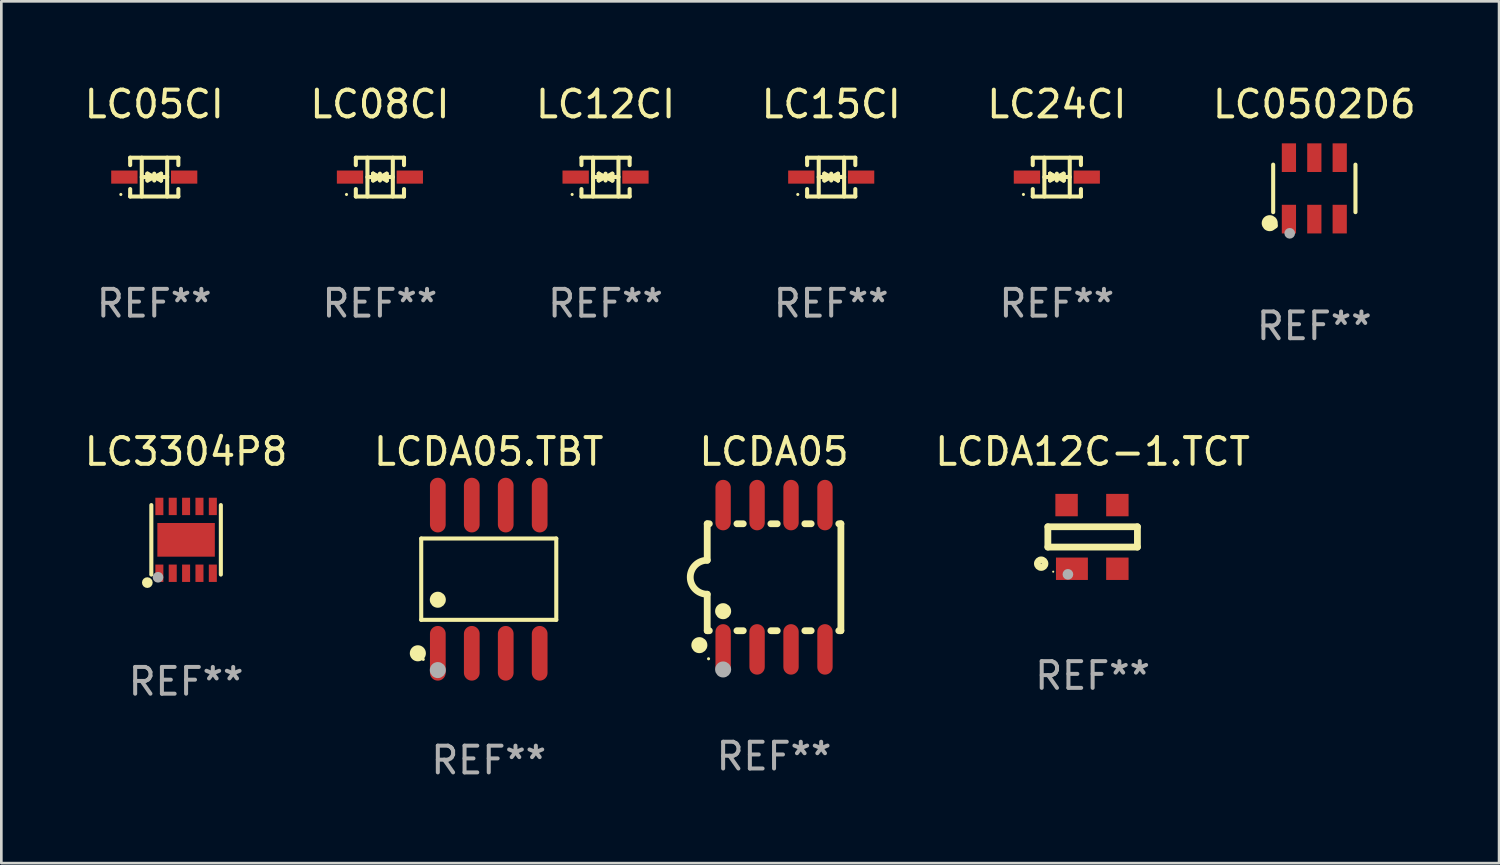
<source format=kicad_pcb>
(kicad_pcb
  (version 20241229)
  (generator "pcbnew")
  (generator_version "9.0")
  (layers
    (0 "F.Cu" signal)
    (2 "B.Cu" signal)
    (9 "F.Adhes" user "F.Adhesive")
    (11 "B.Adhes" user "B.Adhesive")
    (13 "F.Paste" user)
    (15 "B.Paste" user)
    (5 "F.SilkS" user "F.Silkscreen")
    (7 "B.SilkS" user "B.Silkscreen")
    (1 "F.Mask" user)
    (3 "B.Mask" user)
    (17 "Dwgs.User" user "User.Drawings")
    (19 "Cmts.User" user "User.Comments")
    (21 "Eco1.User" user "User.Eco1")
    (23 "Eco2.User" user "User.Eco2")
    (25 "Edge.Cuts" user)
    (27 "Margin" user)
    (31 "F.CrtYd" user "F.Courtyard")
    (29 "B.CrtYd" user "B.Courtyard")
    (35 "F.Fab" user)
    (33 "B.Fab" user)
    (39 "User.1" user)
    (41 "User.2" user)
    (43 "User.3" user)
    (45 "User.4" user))
  (footprint "LCDA05.TBT"
    (layer "F.Cu")
    (at 15.232 18.615)
    (property "Reference" "LCDA05.TBT" (at 0 -4.772 0) (layer "F.SilkS") (effects (font (size 1 1) (thickness 0.15))))
    (attr through_hole)
    (fp_line (start -2.526 -1.521) (end 2.526 -1.521) (stroke (width 0.152) (type solid)) (layer "F.SilkS"))
    (fp_line (start -2.526 1.521) (end -2.526 -1.521) (stroke (width 0.152) (type solid)) (layer "F.SilkS"))
    (fp_line (start 2.526 -1.521) (end 2.526 1.521) (stroke (width 0.152) (type solid)) (layer "F.SilkS"))
    (fp_line (start 2.526 1.521) (end -2.526 1.521) (stroke (width 0.152) (type solid)) (layer "F.SilkS"))
    (fp_circle (center -2.652 2.772) (end -2.501 2.772) (stroke (width 0.3) (type solid)) (fill no) (layer "F.SilkS"))
    (fp_circle (center -2.45 3) (end -2.42 3) (stroke (width 0.06) (type solid)) (fill no) (layer "F.SilkS"))
    (fp_circle (center -1.905 0.769) (end -1.755 0.769) (stroke (width 0.3) (type solid)) (fill no) (layer "F.SilkS"))
    (fp_circle (center -1.905 3.4) (end -1.755 3.4) (stroke (width 0.3) (type solid)) (fill no) (layer "F.Fab"))
    (fp_text user "REF**" (at 0 6.772 0) (layer "F.Fab") (effects (font (size 1 1) (thickness 0.15))))
    (pad "1" smd oval (at -1.905 2.772) (size 0.588 2.045) (layers "F.Cu" "F.Mask" "F.Paste"))
    (pad "2" smd oval (at -0.635 2.772) (size 0.588 2.045) (layers "F.Cu" "F.Mask" "F.Paste"))
    (pad "3" smd oval (at 0.635 2.772) (size 0.588 2.045) (layers "F.Cu" "F.Mask" "F.Paste"))
    (pad "4" smd oval (at 1.905 2.772) (size 0.588 2.045) (layers "F.Cu" "F.Mask" "F.Paste"))
    (pad "5" smd oval (at 1.905 -2.772) (size 0.588 2.045) (layers "F.Cu" "F.Mask" "F.Paste"))
    (pad "6" smd oval (at 0.635 -2.772) (size 0.588 2.045) (layers "F.Cu" "F.Mask" "F.Paste"))
    (pad "7" smd oval (at -0.635 -2.772) (size 0.588 2.045) (layers "F.Cu" "F.Mask" "F.Paste"))
    (pad "8" smd oval (at -1.905 -2.772) (size 0.588 2.045) (layers "F.Cu" "F.Mask" "F.Paste")))
  (footprint "LC24CI"
    (layer "F.Cu")
    (at 36.482 3.574)
    (property "Reference" "LC24CI" (at 0 -2.726 0) (layer "F.SilkS") (effects (font (size 1 1) (thickness 0.15))))
    (attr through_hole)
    (fp_line (start -0.901 -0.726) (end -0.901 -0.448) (stroke (width 0.152) (type solid)) (layer "F.SilkS"))
    (fp_line (start -0.901 0.726) (end -0.901 0.448) (stroke (width 0.152) (type solid)) (layer "F.SilkS"))
    (fp_line (start -0.467 0) (end 0.483 -0.003) (stroke (width 0.154) (type solid)) (layer "F.SilkS"))
    (fp_line (start -0.467 0.726) (end -0.467 -0.726) (stroke (width 0.152) (type solid)) (layer "F.SilkS"))
    (fp_line (start -0.254 -0.127) (end -0.254 -0.127) (stroke (width 0.154) (type solid)) (layer "F.SilkS"))
    (fp_line (start -0.254 -0.127) (end -0.002 -0.003) (stroke (width 0.154) (type solid)) (layer "F.SilkS"))
    (fp_line (start -0.254 0.127) (end -0.254 -0.127) (stroke (width 0.154) (type solid)) (layer "F.SilkS"))
    (fp_line (start -0.127 0) (end 0.003 0) (stroke (width 0.154) (type solid)) (layer "F.SilkS"))
    (fp_line (start -0.003 0) (end -0.254 0.127) (stroke (width 0.154) (type solid)) (layer "F.SilkS"))
    (fp_line (start 0 -0.127) (end 0 0.127) (stroke (width 0.154) (type solid)) (layer "F.SilkS"))
    (fp_line (start 0.003 0) (end 0.254 -0.127) (stroke (width 0.154) (type solid)) (layer "F.SilkS"))
    (fp_line (start 0.127 0) (end -0.003 0) (stroke (width 0.154) (type solid)) (layer "F.SilkS"))
    (fp_line (start 0.254 -0.127) (end 0.254 0.127) (stroke (width 0.154) (type solid)) (layer "F.SilkS"))
    (fp_line (start 0.254 0.127) (end 0.002 0.003) (stroke (width 0.154) (type solid)) (layer "F.SilkS"))
    (fp_line (start 0.254 0.127) (end 0.254 0.127) (stroke (width 0.154) (type solid)) (layer "F.SilkS"))
    (fp_line (start 0.483 0.726) (end 0.483 -0.726) (stroke (width 0.152) (type solid)) (layer "F.SilkS"))
    (fp_line (start 0.901 -0.726) (end -0.901 -0.726) (stroke (width 0.152) (type solid)) (layer "F.SilkS"))
    (fp_line (start 0.901 -0.726) (end 0.901 -0.448) (stroke (width 0.152) (type solid)) (layer "F.SilkS"))
    (fp_line (start 0.901 0.726) (end -0.901 0.726) (stroke (width 0.152) (type solid)) (layer "F.SilkS"))
    (fp_line (start 0.901 0.726) (end 0.901 0.448) (stroke (width 0.152) (type solid)) (layer "F.SilkS"))
    (fp_circle (center -1.25 0.65) (end -1.22 0.65) (stroke (width 0.06) (type solid)) (fill no) (layer "F.SilkS"))
    (fp_text user "REF**" (at 0 4.726 0) (layer "F.Fab") (effects (font (size 1 1) (thickness 0.15))))
    (pad "1" smd rect (at -1.118 0) (size 0.985 0.49) (layers "F.Cu" "F.Mask" "F.Paste"))
    (pad "2" smd rect (at 1.118 0) (size 0.985 0.49) (layers "F.Cu" "F.Mask" "F.Paste")))
  (footprint "LC05CI"
    (layer "F.Cu")
    (at 2.72 3.574)
    (property "Reference" "LC05CI" (at 0 -2.726 0) (layer "F.SilkS") (effects (font (size 1 1) (thickness 0.15))))
    (attr through_hole)
    (fp_line (start -0.901 -0.726) (end -0.901 -0.448) (stroke (width 0.152) (type solid)) (layer "F.SilkS"))
    (fp_line (start -0.901 0.726) (end -0.901 0.448) (stroke (width 0.152) (type solid)) (layer "F.SilkS"))
    (fp_line (start -0.467 0) (end 0.483 -0.003) (stroke (width 0.154) (type solid)) (layer "F.SilkS"))
    (fp_line (start -0.467 0.726) (end -0.467 -0.726) (stroke (width 0.152) (type solid)) (layer "F.SilkS"))
    (fp_line (start -0.254 -0.127) (end -0.254 -0.127) (stroke (width 0.154) (type solid)) (layer "F.SilkS"))
    (fp_line (start -0.254 -0.127) (end -0.002 -0.003) (stroke (width 0.154) (type solid)) (layer "F.SilkS"))
    (fp_line (start -0.254 0.127) (end -0.254 -0.127) (stroke (width 0.154) (type solid)) (layer "F.SilkS"))
    (fp_line (start -0.127 0) (end 0.003 0) (stroke (width 0.154) (type solid)) (layer "F.SilkS"))
    (fp_line (start -0.003 0) (end -0.254 0.127) (stroke (width 0.154) (type solid)) (layer "F.SilkS"))
    (fp_line (start 0 -0.127) (end 0 0.127) (stroke (width 0.154) (type solid)) (layer "F.SilkS"))
    (fp_line (start 0.003 0) (end 0.254 -0.127) (stroke (width 0.154) (type solid)) (layer "F.SilkS"))
    (fp_line (start 0.127 0) (end -0.003 0) (stroke (width 0.154) (type solid)) (layer "F.SilkS"))
    (fp_line (start 0.254 -0.127) (end 0.254 0.127) (stroke (width 0.154) (type solid)) (layer "F.SilkS"))
    (fp_line (start 0.254 0.127) (end 0.002 0.003) (stroke (width 0.154) (type solid)) (layer "F.SilkS"))
    (fp_line (start 0.254 0.127) (end 0.254 0.127) (stroke (width 0.154) (type solid)) (layer "F.SilkS"))
    (fp_line (start 0.483 0.726) (end 0.483 -0.726) (stroke (width 0.152) (type solid)) (layer "F.SilkS"))
    (fp_line (start 0.901 -0.726) (end -0.901 -0.726) (stroke (width 0.152) (type solid)) (layer "F.SilkS"))
    (fp_line (start 0.901 -0.726) (end 0.901 -0.448) (stroke (width 0.152) (type solid)) (layer "F.SilkS"))
    (fp_line (start 0.901 0.726) (end -0.901 0.726) (stroke (width 0.152) (type solid)) (layer "F.SilkS"))
    (fp_line (start 0.901 0.726) (end 0.901 0.448) (stroke (width 0.152) (type solid)) (layer "F.SilkS"))
    (fp_circle (center -1.25 0.65) (end -1.22 0.65) (stroke (width 0.06) (type solid)) (fill no) (layer "F.SilkS"))
    (fp_text user "REF**" (at 0 4.726 0) (layer "F.Fab") (effects (font (size 1 1) (thickness 0.15))))
    (pad "1" smd rect (at -1.118 0) (size 0.985 0.49) (layers "F.Cu" "F.Mask" "F.Paste"))
    (pad "2" smd rect (at 1.118 0) (size 0.985 0.49) (layers "F.Cu" "F.Mask" "F.Paste")))
  (footprint "LC15CI"
    (layer "F.Cu")
    (at 28.042 3.574)
    (property "Reference" "LC15CI" (at 0 -2.726 0) (layer "F.SilkS") (effects (font (size 1 1) (thickness 0.15))))
    (attr through_hole)
    (fp_line (start -0.901 -0.726) (end -0.901 -0.448) (stroke (width 0.152) (type solid)) (layer "F.SilkS"))
    (fp_line (start -0.901 0.726) (end -0.901 0.448) (stroke (width 0.152) (type solid)) (layer "F.SilkS"))
    (fp_line (start -0.467 0) (end 0.483 -0.003) (stroke (width 0.154) (type solid)) (layer "F.SilkS"))
    (fp_line (start -0.467 0.726) (end -0.467 -0.726) (stroke (width 0.152) (type solid)) (layer "F.SilkS"))
    (fp_line (start -0.254 -0.127) (end -0.254 -0.127) (stroke (width 0.154) (type solid)) (layer "F.SilkS"))
    (fp_line (start -0.254 -0.127) (end -0.002 -0.003) (stroke (width 0.154) (type solid)) (layer "F.SilkS"))
    (fp_line (start -0.254 0.127) (end -0.254 -0.127) (stroke (width 0.154) (type solid)) (layer "F.SilkS"))
    (fp_line (start -0.127 0) (end 0.003 0) (stroke (width 0.154) (type solid)) (layer "F.SilkS"))
    (fp_line (start -0.003 0) (end -0.254 0.127) (stroke (width 0.154) (type solid)) (layer "F.SilkS"))
    (fp_line (start 0 -0.127) (end 0 0.127) (stroke (width 0.154) (type solid)) (layer "F.SilkS"))
    (fp_line (start 0.003 0) (end 0.254 -0.127) (stroke (width 0.154) (type solid)) (layer "F.SilkS"))
    (fp_line (start 0.127 0) (end -0.003 0) (stroke (width 0.154) (type solid)) (layer "F.SilkS"))
    (fp_line (start 0.254 -0.127) (end 0.254 0.127) (stroke (width 0.154) (type solid)) (layer "F.SilkS"))
    (fp_line (start 0.254 0.127) (end 0.002 0.003) (stroke (width 0.154) (type solid)) (layer "F.SilkS"))
    (fp_line (start 0.254 0.127) (end 0.254 0.127) (stroke (width 0.154) (type solid)) (layer "F.SilkS"))
    (fp_line (start 0.483 0.726) (end 0.483 -0.726) (stroke (width 0.152) (type solid)) (layer "F.SilkS"))
    (fp_line (start 0.901 -0.726) (end -0.901 -0.726) (stroke (width 0.152) (type solid)) (layer "F.SilkS"))
    (fp_line (start 0.901 -0.726) (end 0.901 -0.448) (stroke (width 0.152) (type solid)) (layer "F.SilkS"))
    (fp_line (start 0.901 0.726) (end -0.901 0.726) (stroke (width 0.152) (type solid)) (layer "F.SilkS"))
    (fp_line (start 0.901 0.726) (end 0.901 0.448) (stroke (width 0.152) (type solid)) (layer "F.SilkS"))
    (fp_circle (center -1.25 0.65) (end -1.22 0.65) (stroke (width 0.06) (type solid)) (fill no) (layer "F.SilkS"))
    (fp_text user "REF**" (at 0 4.726 0) (layer "F.Fab") (effects (font (size 1 1) (thickness 0.15))))
    (pad "1" smd rect (at -1.118 0) (size 0.985 0.49) (layers "F.Cu" "F.Mask" "F.Paste"))
    (pad "2" smd rect (at 1.118 0) (size 0.985 0.49) (layers "F.Cu" "F.Mask" "F.Paste")))
  (footprint "LCDA05"
    (layer "F.Cu")
    (at 25.904 18.542)
    (property "Reference" "LCDA05" (at 0 -4.699 0) (layer "F.SilkS") (effects (font (size 1 1) (thickness 0.15))))
    (attr through_hole)
    (fp_line (start -2.5 -2) (end -2.5 -0.635) (stroke (width 0.254) (type solid)) (layer "F.SilkS"))
    (fp_line (start -2.5 -2) (end -2.421 -2) (stroke (width 0.254) (type solid)) (layer "F.SilkS"))
    (fp_line (start -2.5 2) (end -2.5 0.635) (stroke (width 0.254) (type solid)) (layer "F.SilkS"))
    (fp_line (start -2.5 2) (end -2.421 2) (stroke (width 0.254) (type solid)) (layer "F.SilkS"))
    (fp_line (start -1.389 -2) (end -1.151 -2) (stroke (width 0.254) (type solid)) (layer "F.SilkS"))
    (fp_line (start -1.389 2) (end -1.151 2) (stroke (width 0.254) (type solid)) (layer "F.SilkS"))
    (fp_line (start -0.119 -2) (end 0.119 -2) (stroke (width 0.254) (type solid)) (layer "F.SilkS"))
    (fp_line (start -0.119 2) (end 0.119 2) (stroke (width 0.254) (type solid)) (layer "F.SilkS"))
    (fp_line (start 1.151 -2) (end 1.389 -2) (stroke (width 0.254) (type solid)) (layer "F.SilkS"))
    (fp_line (start 1.151 2) (end 1.389 2) (stroke (width 0.254) (type solid)) (layer "F.SilkS"))
    (fp_line (start 2.421 -2) (end 2.5 -2) (stroke (width 0.254) (type solid)) (layer "F.SilkS"))
    (fp_line (start 2.421 2) (end 2.5 2) (stroke (width 0.254) (type solid)) (layer "F.SilkS"))
    (fp_line (start 2.5 -2) (end 2.5 2) (stroke (width 0.254) (type solid)) (layer "F.SilkS"))
    (fp_arc (start -2.5 0.635001) (mid -3.134366 -0.000318) (end -2.499365 -0.635001) (stroke (width 0.254001) (type solid)) (layer "F.SilkS"))
    (fp_circle (center -2.794 2.54) (end -2.644 2.54) (stroke (width 0.3) (type solid)) (fill no) (layer "F.SilkS"))
    (fp_circle (center -2.45 3.05) (end -2.42 3.05) (stroke (width 0.06) (type solid)) (fill no) (layer "F.SilkS"))
    (fp_circle (center -1.905 1.27) (end -1.755 1.27) (stroke (width 0.3) (type solid)) (fill no) (layer "F.SilkS"))
    (fp_circle (center -1.905 3.45) (end -1.755 3.45) (stroke (width 0.3) (type solid)) (fill no) (layer "F.Fab"))
    (fp_text user "REF**" (at 0 6.699 0) (layer "F.Fab") (effects (font (size 1 1) (thickness 0.15))))
    (pad "1" smd oval (at -1.905 2.699) (size 0.574 1.888) (layers "F.Cu" "F.Mask" "F.Paste"))
    (pad "2" smd oval (at -0.635 2.699) (size 0.574 1.888) (layers "F.Cu" "F.Mask" "F.Paste"))
    (pad "3" smd oval (at 0.635 2.699) (size 0.574 1.888) (layers "F.Cu" "F.Mask" "F.Paste"))
    (pad "4" smd oval (at 1.905 2.699) (size 0.574 1.888) (layers "F.Cu" "F.Mask" "F.Paste"))
    (pad "5" smd oval (at 1.905 -2.699) (size 0.574 1.888) (layers "F.Cu" "F.Mask" "F.Paste"))
    (pad "6" smd oval (at 0.635 -2.699) (size 0.574 1.888) (layers "F.Cu" "F.Mask" "F.Paste"))
    (pad "7" smd oval (at -0.635 -2.699) (size 0.574 1.888) (layers "F.Cu" "F.Mask" "F.Paste"))
    (pad "8" smd oval (at -1.905 -2.699) (size 0.574 1.888) (layers "F.Cu" "F.Mask" "F.Paste")))
  (footprint "LC3304P8"
    (layer "F.Cu")
    (at 3.911 17.143)
    (property "Reference" "LC3304P8" (at 0 -3.3 0) (layer "F.SilkS") (effects (font (size 1 1) (thickness 0.15))))
    (attr through_hole)
    (fp_line (start -1.3 -1.3) (end -1.3 1.3) (stroke (width 0.152) (type solid)) (layer "F.SilkS"))
    (fp_line (start 1.3 -1.3) (end 1.3 1.3) (stroke (width 0.152) (type solid)) (layer "F.SilkS"))
    (fp_circle (center -1.45 1.6) (end -1.35 1.6) (stroke (width 0.2) (type solid)) (fill no) (layer "F.SilkS"))
    (fp_circle (center -1.3 1.3) (end -1.27 1.3) (stroke (width 0.06) (type solid)) (fill no) (layer "F.SilkS"))
    (fp_circle (center -1.05 1.4) (end -0.95 1.4) (stroke (width 0.2) (type solid)) (fill no) (layer "F.Fab"))
    (fp_text user "REF**" (at 0 5.3 0) (layer "F.Fab") (effects (font (size 1 1) (thickness 0.15))))
    (pad "1" smd rect (at -1 1.25) (size 0.3 0.65) (layers "F.Cu" "F.Mask" "F.Paste"))
    (pad "2" smd rect (at -0.5 1.25) (size 0.3 0.65) (layers "F.Cu" "F.Mask" "F.Paste"))
    (pad "3" smd rect (at 0 1.25) (size 0.3 0.65) (layers "F.Cu" "F.Mask" "F.Paste"))
    (pad "4" smd rect (at 0.5 1.25) (size 0.3 0.65) (layers "F.Cu" "F.Mask" "F.Paste"))
    (pad "5" smd rect (at 1 1.25) (size 0.3 0.65) (layers "F.Cu" "F.Mask" "F.Paste"))
    (pad "6" smd rect (at 1 -1.25) (size 0.3 0.65) (layers "F.Cu" "F.Mask" "F.Paste"))
    (pad "7" smd rect (at 0.5 -1.25) (size 0.3 0.65) (layers "F.Cu" "F.Mask" "F.Paste"))
    (pad "8" smd rect (at 0 -1.25) (size 0.3 0.65) (layers "F.Cu" "F.Mask" "F.Paste"))
    (pad "9" smd rect (at -0.5 -1.25) (size 0.3 0.65) (layers "F.Cu" "F.Mask" "F.Paste"))
    (pad "10" smd rect (at -1 -1.25) (size 0.3 0.65) (layers "F.Cu" "F.Mask" "F.Paste"))
    (pad "11" smd rect (at 0 0) (size 2.15 1.26) (layers "F.Cu" "F.Mask" "F.Paste")))
  (footprint "LC12CI"
    (layer "F.Cu")
    (at 19.601 3.574)
    (property "Reference" "LC12CI" (at 0 -2.726 0) (layer "F.SilkS") (effects (font (size 1 1) (thickness 0.15))))
    (attr through_hole)
    (fp_line (start -0.901 -0.726) (end -0.901 -0.448) (stroke (width 0.152) (type solid)) (layer "F.SilkS"))
    (fp_line (start -0.901 0.726) (end -0.901 0.448) (stroke (width 0.152) (type solid)) (layer "F.SilkS"))
    (fp_line (start -0.467 0) (end 0.483 -0.003) (stroke (width 0.154) (type solid)) (layer "F.SilkS"))
    (fp_line (start -0.467 0.726) (end -0.467 -0.726) (stroke (width 0.152) (type solid)) (layer "F.SilkS"))
    (fp_line (start -0.254 -0.127) (end -0.254 -0.127) (stroke (width 0.154) (type solid)) (layer "F.SilkS"))
    (fp_line (start -0.254 -0.127) (end -0.002 -0.003) (stroke (width 0.154) (type solid)) (layer "F.SilkS"))
    (fp_line (start -0.254 0.127) (end -0.254 -0.127) (stroke (width 0.154) (type solid)) (layer "F.SilkS"))
    (fp_line (start -0.127 0) (end 0.003 0) (stroke (width 0.154) (type solid)) (layer "F.SilkS"))
    (fp_line (start -0.003 0) (end -0.254 0.127) (stroke (width 0.154) (type solid)) (layer "F.SilkS"))
    (fp_line (start 0 -0.127) (end 0 0.127) (stroke (width 0.154) (type solid)) (layer "F.SilkS"))
    (fp_line (start 0.003 0) (end 0.254 -0.127) (stroke (width 0.154) (type solid)) (layer "F.SilkS"))
    (fp_line (start 0.127 0) (end -0.003 0) (stroke (width 0.154) (type solid)) (layer "F.SilkS"))
    (fp_line (start 0.254 -0.127) (end 0.254 0.127) (stroke (width 0.154) (type solid)) (layer "F.SilkS"))
    (fp_line (start 0.254 0.127) (end 0.002 0.003) (stroke (width 0.154) (type solid)) (layer "F.SilkS"))
    (fp_line (start 0.254 0.127) (end 0.254 0.127) (stroke (width 0.154) (type solid)) (layer "F.SilkS"))
    (fp_line (start 0.483 0.726) (end 0.483 -0.726) (stroke (width 0.152) (type solid)) (layer "F.SilkS"))
    (fp_line (start 0.901 -0.726) (end -0.901 -0.726) (stroke (width 0.152) (type solid)) (layer "F.SilkS"))
    (fp_line (start 0.901 -0.726) (end 0.901 -0.448) (stroke (width 0.152) (type solid)) (layer "F.SilkS"))
    (fp_line (start 0.901 0.726) (end -0.901 0.726) (stroke (width 0.152) (type solid)) (layer "F.SilkS"))
    (fp_line (start 0.901 0.726) (end 0.901 0.448) (stroke (width 0.152) (type solid)) (layer "F.SilkS"))
    (fp_circle (center -1.25 0.65) (end -1.22 0.65) (stroke (width 0.06) (type solid)) (fill no) (layer "F.SilkS"))
    (fp_text user "REF**" (at 0 4.726 0) (layer "F.Fab") (effects (font (size 1 1) (thickness 0.15))))
    (pad "1" smd rect (at -1.118 0) (size 0.985 0.49) (layers "F.Cu" "F.Mask" "F.Paste"))
    (pad "2" smd rect (at 1.118 0) (size 0.985 0.49) (layers "F.Cu" "F.Mask" "F.Paste")))
  (footprint "LC08CI"
    (layer "F.Cu")
    (at 11.161 3.574)
    (property "Reference" "LC08CI" (at 0 -2.726 0) (layer "F.SilkS") (effects (font (size 1 1) (thickness 0.15))))
    (attr through_hole)
    (fp_line (start -0.901 -0.726) (end -0.901 -0.448) (stroke (width 0.152) (type solid)) (layer "F.SilkS"))
    (fp_line (start -0.901 0.726) (end -0.901 0.448) (stroke (width 0.152) (type solid)) (layer "F.SilkS"))
    (fp_line (start -0.467 0) (end 0.483 -0.003) (stroke (width 0.154) (type solid)) (layer "F.SilkS"))
    (fp_line (start -0.467 0.726) (end -0.467 -0.726) (stroke (width 0.152) (type solid)) (layer "F.SilkS"))
    (fp_line (start -0.254 -0.127) (end -0.254 -0.127) (stroke (width 0.154) (type solid)) (layer "F.SilkS"))
    (fp_line (start -0.254 -0.127) (end -0.002 -0.003) (stroke (width 0.154) (type solid)) (layer "F.SilkS"))
    (fp_line (start -0.254 0.127) (end -0.254 -0.127) (stroke (width 0.154) (type solid)) (layer "F.SilkS"))
    (fp_line (start -0.127 0) (end 0.003 0) (stroke (width 0.154) (type solid)) (layer "F.SilkS"))
    (fp_line (start -0.003 0) (end -0.254 0.127) (stroke (width 0.154) (type solid)) (layer "F.SilkS"))
    (fp_line (start 0 -0.127) (end 0 0.127) (stroke (width 0.154) (type solid)) (layer "F.SilkS"))
    (fp_line (start 0.003 0) (end 0.254 -0.127) (stroke (width 0.154) (type solid)) (layer "F.SilkS"))
    (fp_line (start 0.127 0) (end -0.003 0) (stroke (width 0.154) (type solid)) (layer "F.SilkS"))
    (fp_line (start 0.254 -0.127) (end 0.254 0.127) (stroke (width 0.154) (type solid)) (layer "F.SilkS"))
    (fp_line (start 0.254 0.127) (end 0.002 0.003) (stroke (width 0.154) (type solid)) (layer "F.SilkS"))
    (fp_line (start 0.254 0.127) (end 0.254 0.127) (stroke (width 0.154) (type solid)) (layer "F.SilkS"))
    (fp_line (start 0.483 0.726) (end 0.483 -0.726) (stroke (width 0.152) (type solid)) (layer "F.SilkS"))
    (fp_line (start 0.901 -0.726) (end -0.901 -0.726) (stroke (width 0.152) (type solid)) (layer "F.SilkS"))
    (fp_line (start 0.901 -0.726) (end 0.901 -0.448) (stroke (width 0.152) (type solid)) (layer "F.SilkS"))
    (fp_line (start 0.901 0.726) (end -0.901 0.726) (stroke (width 0.152) (type solid)) (layer "F.SilkS"))
    (fp_line (start 0.901 0.726) (end 0.901 0.448) (stroke (width 0.152) (type solid)) (layer "F.SilkS"))
    (fp_circle (center -1.25 0.65) (end -1.22 0.65) (stroke (width 0.06) (type solid)) (fill no) (layer "F.SilkS"))
    (fp_text user "REF**" (at 0 4.726 0) (layer "F.Fab") (effects (font (size 1 1) (thickness 0.15))))
    (pad "1" smd rect (at -1.118 0) (size 0.985 0.49) (layers "F.Cu" "F.Mask" "F.Paste"))
    (pad "2" smd rect (at 1.118 0) (size 0.985 0.49) (layers "F.Cu" "F.Mask" "F.Paste")))
  (footprint "LCDA12C-1.TCT"
    (layer "F.Cu")
    (at 37.821 17.034)
    (property "Reference" "LCDA12C-1.TCT" (at 0 -3.191 0) (layer "F.SilkS") (effects (font (size 1 1) (thickness 0.15))))
    (attr through_hole)
    (fp_line (start -1.675 -0.38) (end -1.675 0.38) (stroke (width 0.254) (type solid)) (layer "F.SilkS"))
    (fp_line (start -1.675 -0.38) (end 1.675 -0.38) (stroke (width 0.254) (type solid)) (layer "F.SilkS"))
    (fp_line (start -1.675 0.38) (end 1.675 0.38) (stroke (width 0.254) (type solid)) (layer "F.SilkS"))
    (fp_line (start 1.675 -0.38) (end 1.675 0.38) (stroke (width 0.254) (type solid)) (layer "F.SilkS"))
    (fp_circle (center -1.925 1) (end -1.783 1) (stroke (width 0.254) (type solid)) (fill no) (layer "F.SilkS"))
    (fp_circle (center -1.475 1.3) (end -1.455 1.3) (stroke (width 0.04) (type solid)) (fill no) (layer "F.SilkS"))
    (fp_circle (center -0.925 1.4) (end -0.825 1.4) (stroke (width 0.2) (type solid)) (fill no) (layer "F.Fab"))
    (fp_text user "REF**" (at 0 5.191 0) (layer "F.Fab") (effects (font (size 1 1) (thickness 0.15))))
    (pad "1" smd rect (at -0.775 1.191) (size 1.194 0.838) (layers "F.Cu" "F.Mask" "F.Paste"))
    (pad "2" smd rect (at 0.925 1.191) (size 0.838 0.838) (layers "F.Cu" "F.Mask" "F.Paste"))
    (pad "3" smd rect (at 0.925 -1.191) (size 0.838 0.838) (layers "F.Cu" "F.Mask" "F.Paste"))
    (pad "4" smd rect (at -0.975 -1.191) (size 0.838 0.838) (layers "F.Cu" "F.Mask" "F.Paste")))
  (footprint "LC0502D6"
    (layer "F.Cu")
    (at 46.113 3.997)
    (property "Reference" "LC0502D6" (at 0 -3.149 0) (layer "F.SilkS") (effects (font (size 1 1) (thickness 0.15))))
    (attr through_hole)
    (fp_line (start -1.539 0.889) (end -1.539 -0.889) (stroke (width 0.152) (type solid)) (layer "F.SilkS"))
    (fp_line (start 1.539 0.889) (end 1.539 -0.889) (stroke (width 0.152) (type solid)) (layer "F.SilkS"))
    (fp_circle (center -1.668 1.301) (end -1.518 1.301) (stroke (width 0.3) (type solid)) (fill no) (layer "F.SilkS"))
    (fp_circle (center -1.463 1.4) (end -1.413 1.4) (stroke (width 0.1) (type solid)) (fill no) (layer "F.SilkS"))
    (fp_circle (center -0.92 1.68) (end -0.82 1.68) (stroke (width 0.2) (type solid)) (fill no) (layer "F.Fab"))
    (fp_text user "REF**" (at 0 5.149 0) (layer "F.Fab") (effects (font (size 1 1) (thickness 0.15))))
    (pad "1" smd rect (at -0.95 1.149) (size 0.532 1.072) (layers "F.Cu" "F.Mask" "F.Paste"))
    (pad "2" smd rect (at 0 1.149) (size 0.532 1.072) (layers "F.Cu" "F.Mask" "F.Paste"))
    (pad "3" smd rect (at 0.95 1.149) (size 0.532 1.072) (layers "F.Cu" "F.Mask" "F.Paste"))
    (pad "4" smd rect (at 0.95 -1.149) (size 0.532 1.072) (layers "F.Cu" "F.Mask" "F.Paste"))
    (pad "5" smd rect (at 0 -1.149) (size 0.532 1.072) (layers "F.Cu" "F.Mask" "F.Paste"))
    (pad "6" smd rect (at -0.95 -1.149) (size 0.532 1.072) (layers "F.Cu" "F.Mask" "F.Paste")))
  (gr_rect
    (start -3 -3)
    (end 53.024 29.236)
    (stroke (width 0.1) (type default))
    (fill no)
    (layer "Edge.Cuts")))
</source>
